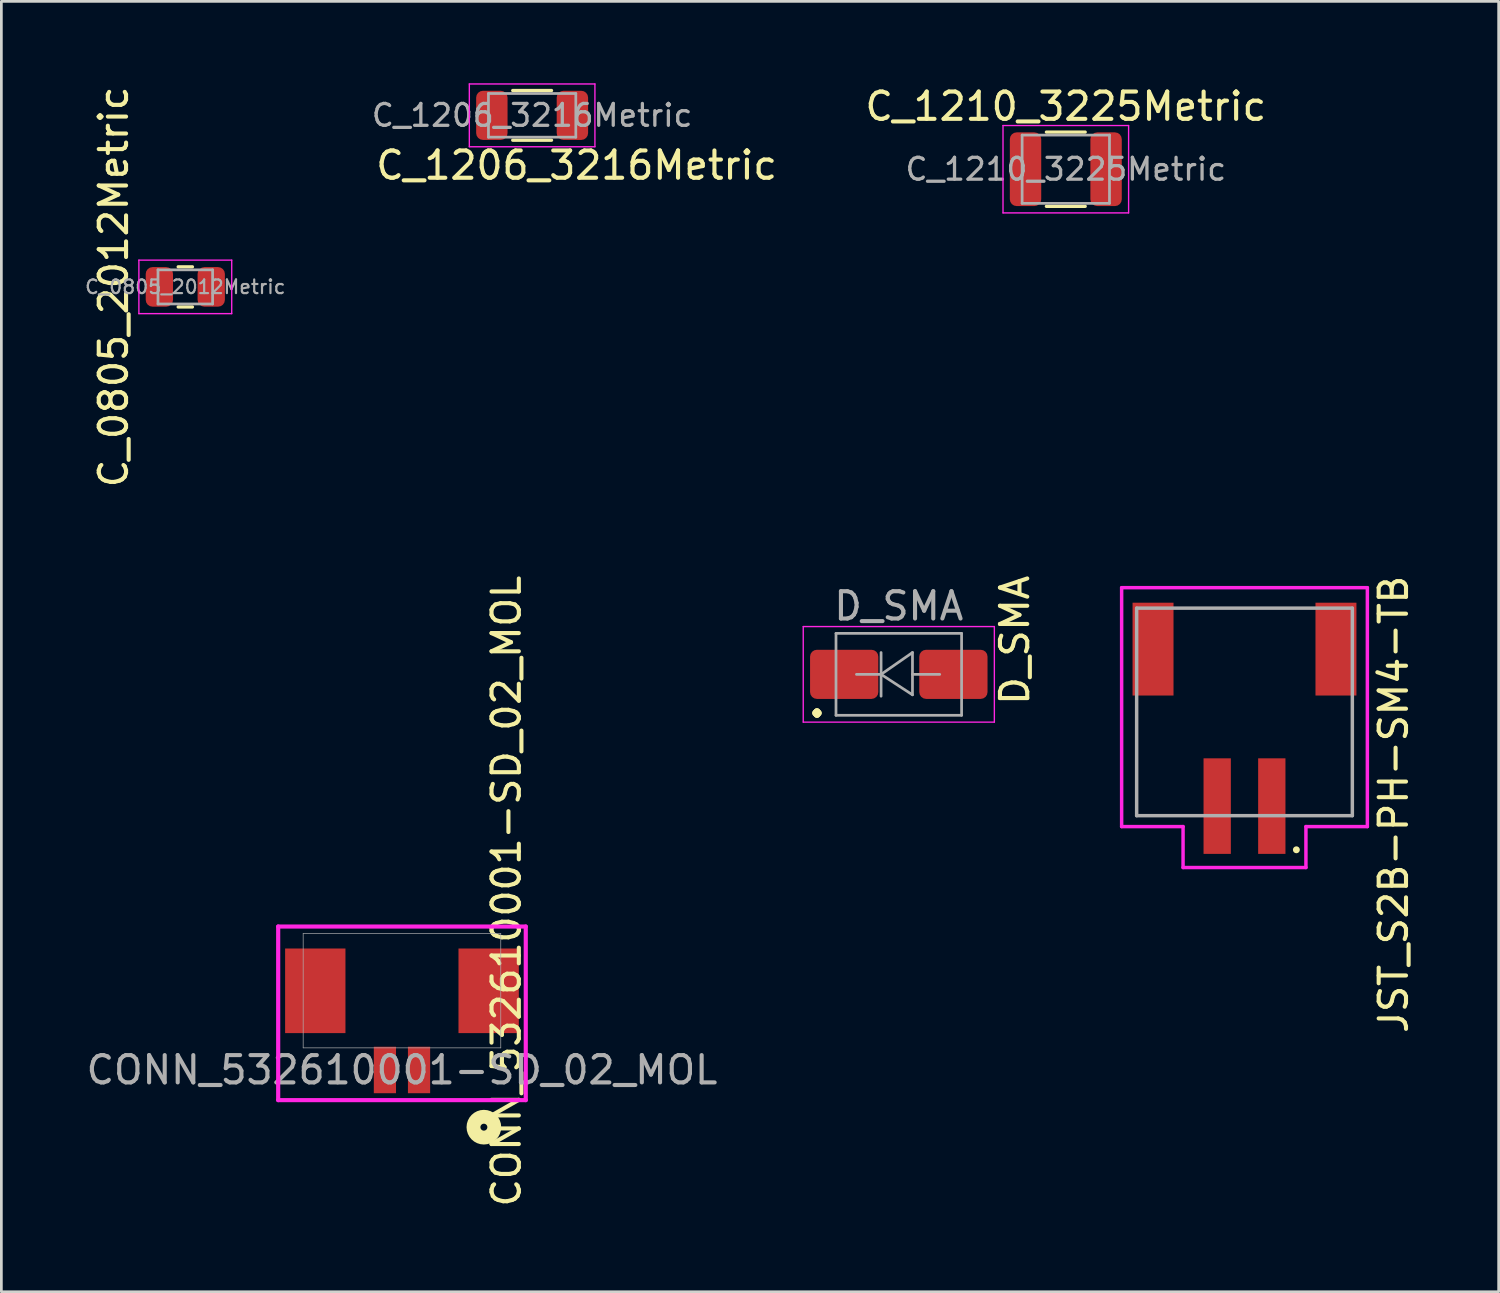
<source format=kicad_pcb>
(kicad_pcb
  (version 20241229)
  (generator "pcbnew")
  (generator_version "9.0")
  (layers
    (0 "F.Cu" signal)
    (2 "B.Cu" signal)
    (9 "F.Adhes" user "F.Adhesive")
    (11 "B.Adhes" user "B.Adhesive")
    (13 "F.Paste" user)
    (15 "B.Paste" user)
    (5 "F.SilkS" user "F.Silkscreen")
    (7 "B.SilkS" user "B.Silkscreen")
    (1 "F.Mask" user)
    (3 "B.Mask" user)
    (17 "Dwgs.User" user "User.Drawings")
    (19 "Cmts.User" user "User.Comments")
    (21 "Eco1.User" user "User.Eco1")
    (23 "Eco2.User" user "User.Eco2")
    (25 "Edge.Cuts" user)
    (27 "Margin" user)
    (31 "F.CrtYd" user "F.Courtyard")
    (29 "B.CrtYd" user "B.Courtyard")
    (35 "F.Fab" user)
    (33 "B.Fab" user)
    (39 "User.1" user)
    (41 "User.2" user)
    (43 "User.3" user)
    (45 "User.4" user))
  (footprint "D_SMA"
    (layer "F.Cu")
    (at 29.87 21.649)
    (property "Reference" "D_SMA" (at 4.25 -1.25 90) (layer "F.SilkS") (effects (font (size 1 1) (thickness 0.15))))
    (attr smd)
    (fp_line (start -3.5 -1.75) (end 3.5 -1.75) (stroke (width 0.05) (type solid)) (layer "F.CrtYd"))
    (fp_line (start -3.5 1.75) (end -3.5 -1.75) (stroke (width 0.05) (type solid)) (layer "F.CrtYd"))
    (fp_line (start 3.5 -1.75) (end 3.5 1.75) (stroke (width 0.05) (type solid)) (layer "F.CrtYd"))
    (fp_line (start 3.5 1.75) (end -3.5 1.75) (stroke (width 0.05) (type solid)) (layer "F.CrtYd"))
    (fp_line (start -2.3 1.5) (end -2.3 -1.5) (stroke (width 0.1) (type solid)) (layer "F.Fab"))
    (fp_line (start -0.649 -0.799) (end -0.649 0.801) (stroke (width 0.1) (type solid)) (layer "F.Fab"))
    (fp_line (start -0.649 0.001) (end -1.551 0.001) (stroke (width 0.1) (type solid)) (layer "F.Fab"))
    (fp_line (start -0.649 0.001) (end 0.501 -0.799) (stroke (width 0.1) (type solid)) (layer "F.Fab"))
    (fp_line (start -0.649 0.001) (end 0.501 0.75) (stroke (width 0.1) (type solid)) (layer "F.Fab"))
    (fp_line (start 0.501 0.001) (end 1.499 0.001) (stroke (width 0.1) (type solid)) (layer "F.Fab"))
    (fp_line (start 0.501 0.75) (end 0.501 -0.799) (stroke (width 0.1) (type solid)) (layer "F.Fab"))
    (fp_line (start 2.3 -1.5) (end -2.3 -1.5) (stroke (width 0.1) (type solid)) (layer "F.Fab"))
    (fp_line (start 2.3 -1.5) (end 2.3 1.5) (stroke (width 0.1) (type solid)) (layer "F.Fab"))
    (fp_line (start 2.3 1.5) (end -2.3 1.5) (stroke (width 0.1) (type solid)) (layer "F.Fab"))
    (fp_text user "." (at -3.4 1.6 0) (unlocked yes) (layer "F.SilkS") (effects (font (size 1 1) (thickness 0.25) (bold yes)) (justify left bottom)))
    (fp_text user "${REFERENCE}" (at 0 -2.5 180) (layer "F.Fab") (effects (font (size 1 1) (thickness 0.15))))
    (pad "1" smd roundrect (at -2 0) (size 2.5 1.8) (layers "F.Cu" "F.Mask" "F.Paste") (roundrect_rratio 0.139))
    (pad "2" smd roundrect (at 2 0) (size 2.5 1.8) (layers "F.Cu" "F.Mask" "F.Paste") (roundrect_rratio 0.139)))
  (footprint "C_1210_3225Metric"
    (layer "F.Cu")
    (at 35.987 3.148)
    (property "Reference" "C_1210_3225Metric" (at 0 -2.3 180) (layer "F.SilkS") (effects (font (size 1 1) (thickness 0.15))))
    (attr smd)
    (fp_line (start -0.711 -1.36) (end 0.711 -1.36) (stroke (width 0.12) (type solid)) (layer "F.SilkS"))
    (fp_line (start -0.711 1.36) (end 0.711 1.36) (stroke (width 0.12) (type solid)) (layer "F.SilkS"))
    (fp_line (start -2.3 -1.6) (end 2.3 -1.6) (stroke (width 0.05) (type solid)) (layer "F.CrtYd"))
    (fp_line (start -2.3 1.6) (end -2.3 -1.6) (stroke (width 0.05) (type solid)) (layer "F.CrtYd"))
    (fp_line (start 2.3 -1.6) (end 2.3 1.6) (stroke (width 0.05) (type solid)) (layer "F.CrtYd"))
    (fp_line (start 2.3 1.6) (end -2.3 1.6) (stroke (width 0.05) (type solid)) (layer "F.CrtYd"))
    (fp_line (start -1.6 -1.25) (end 1.6 -1.25) (stroke (width 0.1) (type solid)) (layer "F.Fab"))
    (fp_line (start -1.6 1.25) (end -1.6 -1.25) (stroke (width 0.1) (type solid)) (layer "F.Fab"))
    (fp_line (start 1.6 -1.25) (end 1.6 1.25) (stroke (width 0.1) (type solid)) (layer "F.Fab"))
    (fp_line (start 1.6 1.25) (end -1.6 1.25) (stroke (width 0.1) (type solid)) (layer "F.Fab"))
    (fp_text user "${REFERENCE}" (at 0 0 180) (layer "F.Fab") (effects (font (size 0.8 0.8) (thickness 0.12))))
    (pad "1" smd roundrect (at -1.475 0) (size 1.15 2.7) (layers "F.Cu" "F.Mask" "F.Paste") (roundrect_rratio 0.217))
    (pad "2" smd roundrect (at 1.475 0) (size 1.15 2.7) (layers "F.Cu" "F.Mask" "F.Paste") (roundrect_rratio 0.217)))
  (footprint "C_0805_2012Metric"
    (layer "F.Cu")
    (at 3.737 7.458)
    (property "Reference" "C_0805_2012Metric" (at -2.625 0 90) (layer "F.SilkS") (effects (font (size 1 1) (thickness 0.15))))
    (attr smd)
    (fp_line (start -0.261 -0.735) (end 0.261 -0.735) (stroke (width 0.12) (type solid)) (layer "F.SilkS"))
    (fp_line (start -0.261 0.735) (end 0.261 0.735) (stroke (width 0.12) (type solid)) (layer "F.SilkS"))
    (fp_line (start -1.7 -0.98) (end 1.7 -0.98) (stroke (width 0.05) (type solid)) (layer "F.CrtYd"))
    (fp_line (start -1.7 0.98) (end -1.7 -0.98) (stroke (width 0.05) (type solid)) (layer "F.CrtYd"))
    (fp_line (start 1.7 -0.98) (end 1.7 0.98) (stroke (width 0.05) (type solid)) (layer "F.CrtYd"))
    (fp_line (start 1.7 0.98) (end -1.7 0.98) (stroke (width 0.05) (type solid)) (layer "F.CrtYd"))
    (fp_line (start -1 -0.625) (end 1 -0.625) (stroke (width 0.1) (type solid)) (layer "F.Fab"))
    (fp_line (start -1 0.625) (end -1 -0.625) (stroke (width 0.1) (type solid)) (layer "F.Fab"))
    (fp_line (start 1 -0.625) (end 1 0.625) (stroke (width 0.1) (type solid)) (layer "F.Fab"))
    (fp_line (start 1 0.625) (end -1 0.625) (stroke (width 0.1) (type solid)) (layer "F.Fab"))
    (fp_text user "${REFERENCE}" (at 0 0 0) (layer "F.Fab") (effects (font (size 0.5 0.5) (thickness 0.08))))
    (pad "1" smd roundrect (at -0.95 0 180) (size 1 1.45) (layers "F.Cu" "F.Mask" "F.Paste") (roundrect_rratio 0.25))
    (pad "2" smd roundrect (at 0.95 0 180) (size 1 1.45) (layers "F.Cu" "F.Mask" "F.Paste") (roundrect_rratio 0.25)))
  (footprint "C_1206_3216Metric"
    (layer "F.Cu")
    (at 16.44 1.175)
    (property "Reference" "C_1206_3216Metric" (at 1.63 1.83 0) (layer "F.SilkS") (effects (font (size 1 1) (thickness 0.15))))
    (attr smd)
    (fp_line (start -0.711 -0.91) (end 0.711 -0.91) (stroke (width 0.12) (type solid)) (layer "F.SilkS"))
    (fp_line (start -0.711 0.91) (end 0.711 0.91) (stroke (width 0.12) (type solid)) (layer "F.SilkS"))
    (fp_line (start -2.3 -1.15) (end 2.3 -1.15) (stroke (width 0.05) (type solid)) (layer "F.CrtYd"))
    (fp_line (start -2.3 1.15) (end -2.3 -1.15) (stroke (width 0.05) (type solid)) (layer "F.CrtYd"))
    (fp_line (start 2.3 -1.15) (end 2.3 1.15) (stroke (width 0.05) (type solid)) (layer "F.CrtYd"))
    (fp_line (start 2.3 1.15) (end -2.3 1.15) (stroke (width 0.05) (type solid)) (layer "F.CrtYd"))
    (fp_line (start -1.6 -0.8) (end 1.6 -0.8) (stroke (width 0.1) (type solid)) (layer "F.Fab"))
    (fp_line (start -1.6 0.8) (end -1.6 -0.8) (stroke (width 0.1) (type solid)) (layer "F.Fab"))
    (fp_line (start 1.6 -0.8) (end 1.6 0.8) (stroke (width 0.1) (type solid)) (layer "F.Fab"))
    (fp_line (start 1.6 0.8) (end -1.6 0.8) (stroke (width 0.1) (type solid)) (layer "F.Fab"))
    (fp_text user "${REFERENCE}" (at 0 0 0) (layer "F.Fab") (effects (font (size 0.8 0.8) (thickness 0.12))))
    (pad "1" smd roundrect (at -1.475 0) (size 1.15 1.8) (layers "F.Cu" "F.Mask" "F.Paste") (roundrect_rratio 0.217))
    (pad "2" smd roundrect (at 1.475 0) (size 1.15 1.8) (layers "F.Cu" "F.Mask" "F.Paste") (roundrect_rratio 0.217)))
  (footprint "CONN_532610001-SD_02_MOL"
    (layer "F.Cu")
    (at 11.673 33.235)
    (property "Reference" "CONN_532610001-SD_02_MOL" (at 3.825 -3.645 90) (unlocked yes) (layer "F.SilkS") (effects (font (size 1 1) (thickness 0.15))))
    (attr smd exclude_from_bom dnp)
    (fp_circle (center 3 5) (end 3.381 5) (stroke (width 0.508) (type solid)) (fill no) (layer "F.SilkS"))
    (fp_line (start -4.534 -2.349) (end -4.534 4.009) (stroke (width 0.152) (type solid)) (layer "F.CrtYd"))
    (fp_line (start -4.534 4.009) (end 4.534 4.009) (stroke (width 0.152) (type solid)) (layer "F.CrtYd"))
    (fp_line (start 4.534 -2.349) (end -4.534 -2.349) (stroke (width 0.152) (type solid)) (layer "F.CrtYd"))
    (fp_line (start 4.534 4.009) (end 4.534 -2.349) (stroke (width 0.152) (type solid)) (layer "F.CrtYd"))
    (fp_line (start -3.619 -2.095) (end -3.619 2.095) (stroke (width 0.025) (type solid)) (layer "F.Fab"))
    (fp_line (start -3.619 2.095) (end 3.619 2.095) (stroke (width 0.025) (type solid)) (layer "F.Fab"))
    (fp_line (start 3.619 -2.095) (end -3.619 -2.095) (stroke (width 0.025) (type solid)) (layer "F.Fab"))
    (fp_line (start 3.619 2.095) (end 3.619 -2.095) (stroke (width 0.025) (type solid)) (layer "F.Fab"))
    (fp_text user "${REFERENCE}" (at 0 2.905 0) (unlocked yes) (layer "F.Fab") (effects (font (size 1 1) (thickness 0.15))))
    (pad "1" smd rect (at 0.625 2.905) (size 0.813 1.702) (layers "F.Cu" "F.Mask" "F.Paste"))
    (pad "2" smd rect (at -0.625 2.905) (size 0.813 1.702) (layers "F.Cu" "F.Mask" "F.Paste"))
    (pad "3" smd rect (at -3.175 0.005) (size 2.21 3.099) (layers "F.Cu" "F.Mask" "F.Paste"))
    (pad "4" smd rect (at 3.175 0.005) (size 2.21 3.099) (layers "F.Cu" "F.Mask" "F.Paste")))
  (footprint "JST_S2B-PH-SM4-TB"
    (layer "F.Cu")
    (at 42.532 26.475)
    (property "Reference" "JST_S2B-PH-SM4-TB" (at 5.46 -0.065 270) (layer "F.SilkS") (effects (font (size 1.001 1.001) (thickness 0.15))))
    (attr smd)
    (fp_circle (center 1.9 1.6) (end 2.027 1.6) (stroke (width 0) (type solid)) (fill yes) (layer "F.SilkS"))
    (fp_line (start -4.5 -8) (end 4.5 -8) (stroke (width 0.127) (type solid)) (layer "F.CrtYd"))
    (fp_line (start -4.5 0.75) (end -4.5 -8) (stroke (width 0.127) (type solid)) (layer "F.CrtYd"))
    (fp_line (start -2.25 0.75) (end -4.5 0.75) (stroke (width 0.127) (type solid)) (layer "F.CrtYd"))
    (fp_line (start -2.25 2.25) (end -2.25 0.75) (stroke (width 0.127) (type solid)) (layer "F.CrtYd"))
    (fp_line (start 2.25 0.75) (end 2.25 2.25) (stroke (width 0.127) (type solid)) (layer "F.CrtYd"))
    (fp_line (start 2.25 2.25) (end -2.25 2.25) (stroke (width 0.127) (type solid)) (layer "F.CrtYd"))
    (fp_line (start 4.5 -8) (end 4.5 0.75) (stroke (width 0.127) (type solid)) (layer "F.CrtYd"))
    (fp_line (start 4.5 0.75) (end 2.25 0.75) (stroke (width 0.127) (type solid)) (layer "F.CrtYd"))
    (fp_line (start -3.95 -7.25) (end -3.95 0.35) (stroke (width 0.127) (type solid)) (layer "F.Fab"))
    (fp_line (start -3.95 0.35) (end 3.95 0.35) (stroke (width 0.127) (type solid)) (layer "F.Fab"))
    (fp_line (start 3.95 -7.25) (end -3.95 -7.25) (stroke (width 0.127) (type solid)) (layer "F.Fab"))
    (fp_line (start 3.95 0.35) (end 3.95 -7.25) (stroke (width 0.127) (type solid)) (layer "F.Fab"))
    (pad "1" smd rect (at 1 0) (size 1 3.5) (layers "F.Cu" "F.Mask" "F.Paste"))
    (pad "2" smd rect (at -1 0) (size 1 3.5) (layers "F.Cu" "F.Mask" "F.Paste"))
    (pad "P1" smd rect (at 3.35 -5.75) (size 1.5 3.4) (layers "F.Cu" "F.Mask" "F.Paste"))
    (pad "P2" smd rect (at -3.35 -5.75) (size 1.5 3.4) (layers "F.Cu" "F.Mask" "F.Paste")))
  (gr_rect
    (start -3 -3)
    (end 51.841 44.262)
    (stroke (width 0.1) (type default))
    (fill no)
    (layer "Edge.Cuts")))
</source>
